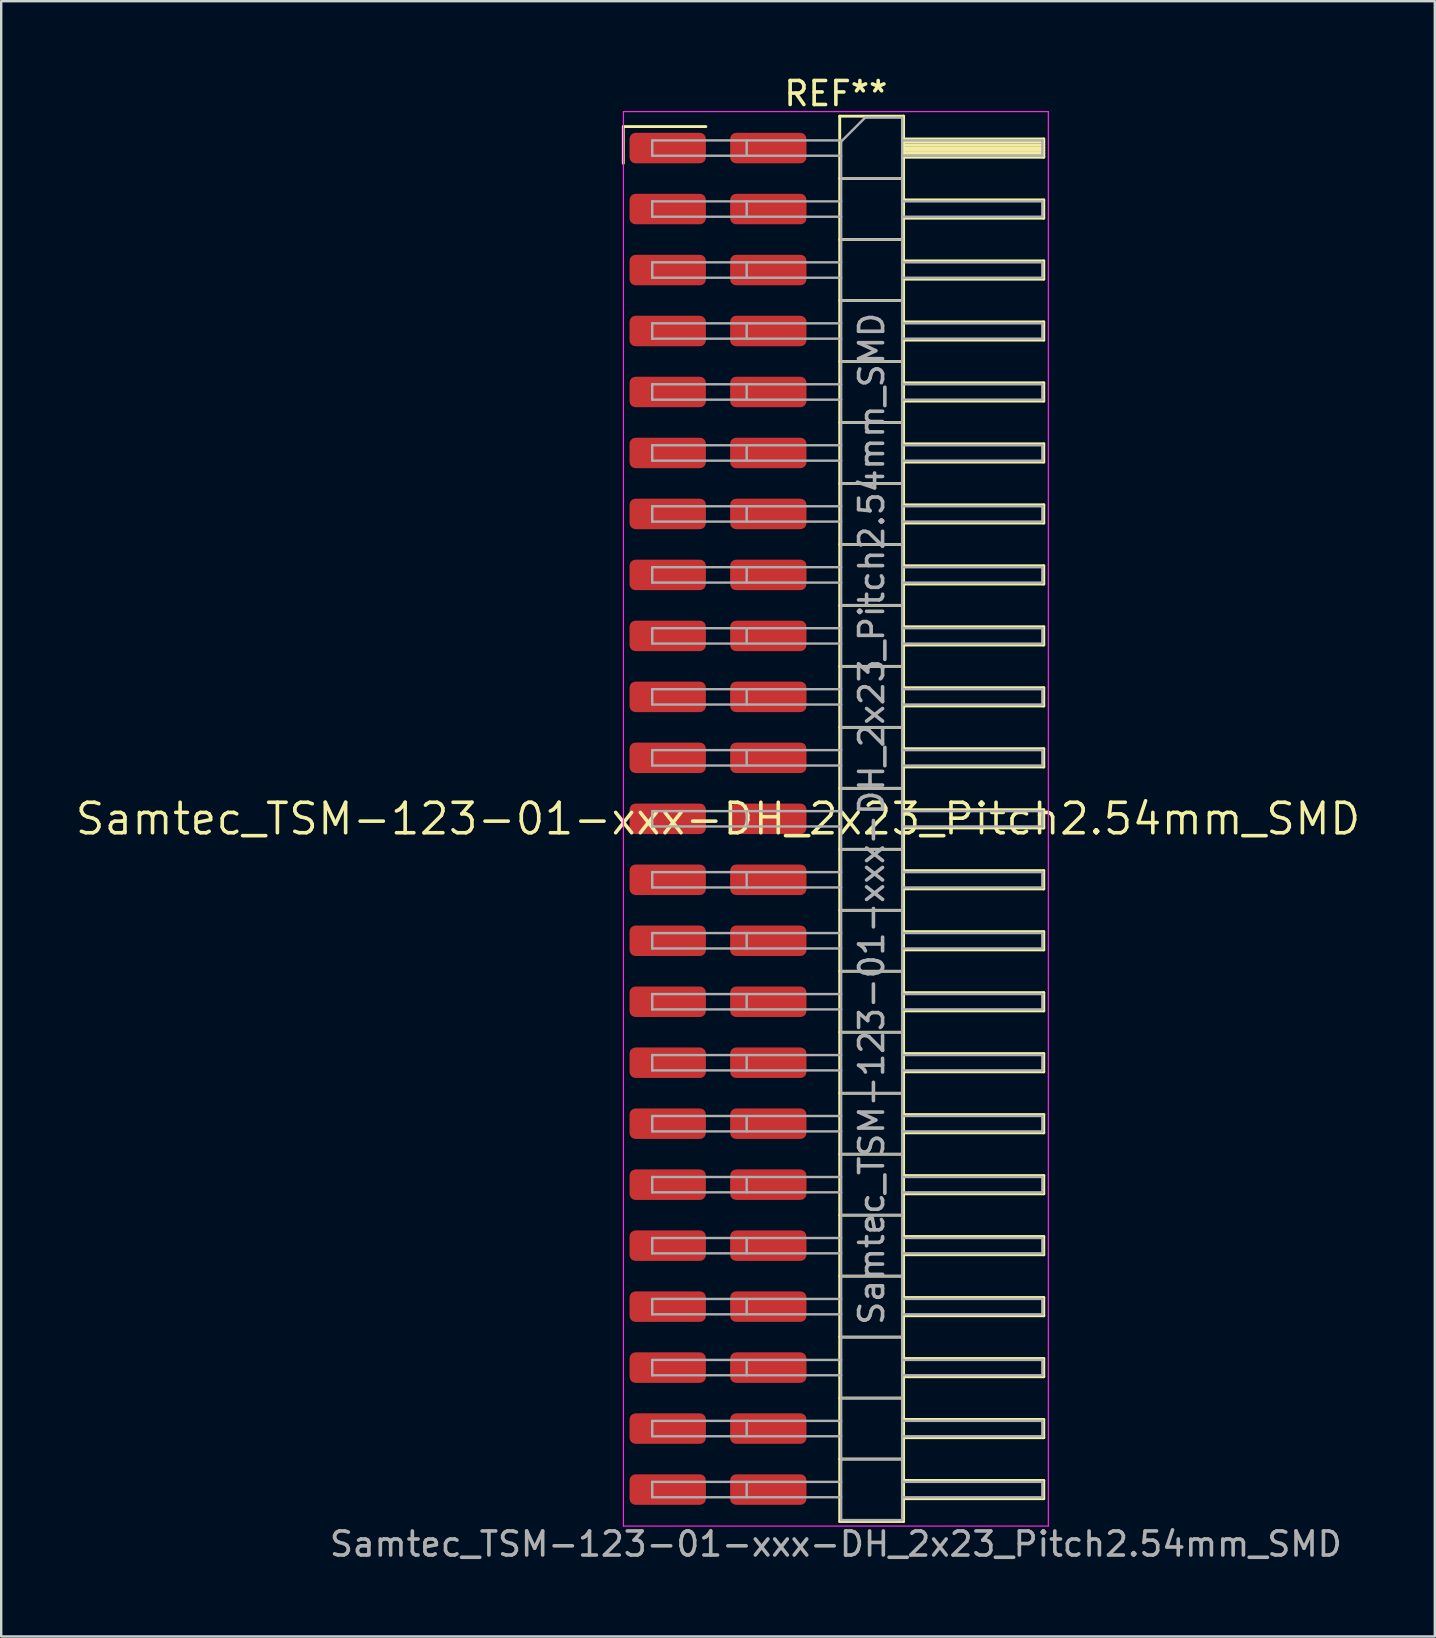
<source format=kicad_pcb>
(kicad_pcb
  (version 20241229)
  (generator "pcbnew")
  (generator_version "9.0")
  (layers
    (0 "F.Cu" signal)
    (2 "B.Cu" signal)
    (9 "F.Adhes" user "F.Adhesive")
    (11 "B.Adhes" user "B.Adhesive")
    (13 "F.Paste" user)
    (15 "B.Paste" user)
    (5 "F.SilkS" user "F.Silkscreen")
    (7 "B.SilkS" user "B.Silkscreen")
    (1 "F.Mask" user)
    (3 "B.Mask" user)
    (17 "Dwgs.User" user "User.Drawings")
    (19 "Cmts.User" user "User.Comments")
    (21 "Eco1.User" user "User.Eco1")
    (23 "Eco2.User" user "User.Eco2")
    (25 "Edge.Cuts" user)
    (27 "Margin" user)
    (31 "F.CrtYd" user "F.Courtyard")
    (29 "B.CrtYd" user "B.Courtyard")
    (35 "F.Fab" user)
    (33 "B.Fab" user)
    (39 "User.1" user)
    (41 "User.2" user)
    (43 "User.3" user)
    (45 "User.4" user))
  (footprint "Samtec_TSM-123-01-xxx-DH_2x23_Pitch2.54mm_SMD"
    (layer "F.Cu")
    (at 26.859 31.058)
    (property "Reference" "Samtec_TSM-123-01-xxx-DH_2x23_Pitch2.54mm_SMD" (at 0 0 0) (layer "F.SilkS") (effects (font (size 1.27 1.27) (thickness 0.15))))
    (attr smd)
    (fp_line (start -3.945 -28.835) (end -0.505 -28.835) (stroke (width 0.12) (type solid)) (layer "F.SilkS"))
    (fp_line (start -3.945 -27.305) (end -3.945 -28.835) (stroke (width 0.12) (type solid)) (layer "F.SilkS"))
    (fp_line (start 5.07 -29.27) (end 7.73 -29.27) (stroke (width 0.12) (type solid)) (layer "F.SilkS"))
    (fp_line (start 5.07 -26.67) (end 7.73 -26.67) (stroke (width 0.12) (type solid)) (layer "F.SilkS"))
    (fp_line (start 5.07 -24.13) (end 7.73 -24.13) (stroke (width 0.12) (type solid)) (layer "F.SilkS"))
    (fp_line (start 5.07 -21.59) (end 7.73 -21.59) (stroke (width 0.12) (type solid)) (layer "F.SilkS"))
    (fp_line (start 5.07 -19.05) (end 7.73 -19.05) (stroke (width 0.12) (type solid)) (layer "F.SilkS"))
    (fp_line (start 5.07 -16.51) (end 7.73 -16.51) (stroke (width 0.12) (type solid)) (layer "F.SilkS"))
    (fp_line (start 5.07 -13.97) (end 7.73 -13.97) (stroke (width 0.12) (type solid)) (layer "F.SilkS"))
    (fp_line (start 5.07 -11.43) (end 7.73 -11.43) (stroke (width 0.12) (type solid)) (layer "F.SilkS"))
    (fp_line (start 5.07 -8.89) (end 7.73 -8.89) (stroke (width 0.12) (type solid)) (layer "F.SilkS"))
    (fp_line (start 5.07 -6.35) (end 7.73 -6.35) (stroke (width 0.12) (type solid)) (layer "F.SilkS"))
    (fp_line (start 5.07 -3.81) (end 7.73 -3.81) (stroke (width 0.12) (type solid)) (layer "F.SilkS"))
    (fp_line (start 5.07 -1.27) (end 7.73 -1.27) (stroke (width 0.12) (type solid)) (layer "F.SilkS"))
    (fp_line (start 5.07 1.27) (end 7.73 1.27) (stroke (width 0.12) (type solid)) (layer "F.SilkS"))
    (fp_line (start 5.07 3.81) (end 7.73 3.81) (stroke (width 0.12) (type solid)) (layer "F.SilkS"))
    (fp_line (start 5.07 6.35) (end 7.73 6.35) (stroke (width 0.12) (type solid)) (layer "F.SilkS"))
    (fp_line (start 5.07 8.89) (end 7.73 8.89) (stroke (width 0.12) (type solid)) (layer "F.SilkS"))
    (fp_line (start 5.07 11.43) (end 7.73 11.43) (stroke (width 0.12) (type solid)) (layer "F.SilkS"))
    (fp_line (start 5.07 13.97) (end 7.73 13.97) (stroke (width 0.12) (type solid)) (layer "F.SilkS"))
    (fp_line (start 5.07 16.51) (end 7.73 16.51) (stroke (width 0.12) (type solid)) (layer "F.SilkS"))
    (fp_line (start 5.07 19.05) (end 7.73 19.05) (stroke (width 0.12) (type solid)) (layer "F.SilkS"))
    (fp_line (start 5.07 21.59) (end 7.73 21.59) (stroke (width 0.12) (type solid)) (layer "F.SilkS"))
    (fp_line (start 5.07 24.13) (end 7.73 24.13) (stroke (width 0.12) (type solid)) (layer "F.SilkS"))
    (fp_line (start 5.07 26.67) (end 7.73 26.67) (stroke (width 0.12) (type solid)) (layer "F.SilkS"))
    (fp_line (start 5.07 29.27) (end 5.07 -29.27) (stroke (width 0.12) (type solid)) (layer "F.SilkS"))
    (fp_line (start 7.73 -29.27) (end 7.73 29.27) (stroke (width 0.12) (type solid)) (layer "F.SilkS"))
    (fp_line (start 7.73 -28.32) (end 13.57 -28.32) (stroke (width 0.12) (type solid)) (layer "F.SilkS"))
    (fp_line (start 7.73 -28.2) (end 13.57 -28.2) (stroke (width 0.12) (type solid)) (layer "F.SilkS"))
    (fp_line (start 7.73 -28.08) (end 13.57 -28.08) (stroke (width 0.12) (type solid)) (layer "F.SilkS"))
    (fp_line (start 7.73 -27.96) (end 13.57 -27.96) (stroke (width 0.12) (type solid)) (layer "F.SilkS"))
    (fp_line (start 7.73 -27.84) (end 13.57 -27.84) (stroke (width 0.12) (type solid)) (layer "F.SilkS"))
    (fp_line (start 7.73 -27.72) (end 13.57 -27.72) (stroke (width 0.12) (type solid)) (layer "F.SilkS"))
    (fp_line (start 7.73 -27.6) (end 13.57 -27.6) (stroke (width 0.12) (type solid)) (layer "F.SilkS"))
    (fp_line (start 7.73 -27.56) (end 13.57 -27.56) (stroke (width 0.12) (type solid)) (layer "F.SilkS"))
    (fp_line (start 7.73 -25.78) (end 13.57 -25.78) (stroke (width 0.12) (type solid)) (layer "F.SilkS"))
    (fp_line (start 7.73 -25.02) (end 13.57 -25.02) (stroke (width 0.12) (type solid)) (layer "F.SilkS"))
    (fp_line (start 7.73 -23.24) (end 13.57 -23.24) (stroke (width 0.12) (type solid)) (layer "F.SilkS"))
    (fp_line (start 7.73 -22.48) (end 13.57 -22.48) (stroke (width 0.12) (type solid)) (layer "F.SilkS"))
    (fp_line (start 7.73 -20.7) (end 13.57 -20.7) (stroke (width 0.12) (type solid)) (layer "F.SilkS"))
    (fp_line (start 7.73 -19.94) (end 13.57 -19.94) (stroke (width 0.12) (type solid)) (layer "F.SilkS"))
    (fp_line (start 7.73 -18.16) (end 13.57 -18.16) (stroke (width 0.12) (type solid)) (layer "F.SilkS"))
    (fp_line (start 7.73 -17.4) (end 13.57 -17.4) (stroke (width 0.12) (type solid)) (layer "F.SilkS"))
    (fp_line (start 7.73 -15.62) (end 13.57 -15.62) (stroke (width 0.12) (type solid)) (layer "F.SilkS"))
    (fp_line (start 7.73 -14.86) (end 13.57 -14.86) (stroke (width 0.12) (type solid)) (layer "F.SilkS"))
    (fp_line (start 7.73 -13.08) (end 13.57 -13.08) (stroke (width 0.12) (type solid)) (layer "F.SilkS"))
    (fp_line (start 7.73 -12.32) (end 13.57 -12.32) (stroke (width 0.12) (type solid)) (layer "F.SilkS"))
    (fp_line (start 7.73 -10.54) (end 13.57 -10.54) (stroke (width 0.12) (type solid)) (layer "F.SilkS"))
    (fp_line (start 7.73 -9.78) (end 13.57 -9.78) (stroke (width 0.12) (type solid)) (layer "F.SilkS"))
    (fp_line (start 7.73 -8) (end 13.57 -8) (stroke (width 0.12) (type solid)) (layer "F.SilkS"))
    (fp_line (start 7.73 -7.24) (end 13.57 -7.24) (stroke (width 0.12) (type solid)) (layer "F.SilkS"))
    (fp_line (start 7.73 -5.46) (end 13.57 -5.46) (stroke (width 0.12) (type solid)) (layer "F.SilkS"))
    (fp_line (start 7.73 -4.7) (end 13.57 -4.7) (stroke (width 0.12) (type solid)) (layer "F.SilkS"))
    (fp_line (start 7.73 -2.92) (end 13.57 -2.92) (stroke (width 0.12) (type solid)) (layer "F.SilkS"))
    (fp_line (start 7.73 -2.16) (end 13.57 -2.16) (stroke (width 0.12) (type solid)) (layer "F.SilkS"))
    (fp_line (start 7.73 -0.38) (end 13.57 -0.38) (stroke (width 0.12) (type solid)) (layer "F.SilkS"))
    (fp_line (start 7.73 0.38) (end 13.57 0.38) (stroke (width 0.12) (type solid)) (layer "F.SilkS"))
    (fp_line (start 7.73 2.16) (end 13.57 2.16) (stroke (width 0.12) (type solid)) (layer "F.SilkS"))
    (fp_line (start 7.73 2.92) (end 13.57 2.92) (stroke (width 0.12) (type solid)) (layer "F.SilkS"))
    (fp_line (start 7.73 4.7) (end 13.57 4.7) (stroke (width 0.12) (type solid)) (layer "F.SilkS"))
    (fp_line (start 7.73 5.46) (end 13.57 5.46) (stroke (width 0.12) (type solid)) (layer "F.SilkS"))
    (fp_line (start 7.73 7.24) (end 13.57 7.24) (stroke (width 0.12) (type solid)) (layer "F.SilkS"))
    (fp_line (start 7.73 8) (end 13.57 8) (stroke (width 0.12) (type solid)) (layer "F.SilkS"))
    (fp_line (start 7.73 9.78) (end 13.57 9.78) (stroke (width 0.12) (type solid)) (layer "F.SilkS"))
    (fp_line (start 7.73 10.54) (end 13.57 10.54) (stroke (width 0.12) (type solid)) (layer "F.SilkS"))
    (fp_line (start 7.73 12.32) (end 13.57 12.32) (stroke (width 0.12) (type solid)) (layer "F.SilkS"))
    (fp_line (start 7.73 13.08) (end 13.57 13.08) (stroke (width 0.12) (type solid)) (layer "F.SilkS"))
    (fp_line (start 7.73 14.86) (end 13.57 14.86) (stroke (width 0.12) (type solid)) (layer "F.SilkS"))
    (fp_line (start 7.73 15.62) (end 13.57 15.62) (stroke (width 0.12) (type solid)) (layer "F.SilkS"))
    (fp_line (start 7.73 17.4) (end 13.57 17.4) (stroke (width 0.12) (type solid)) (layer "F.SilkS"))
    (fp_line (start 7.73 18.16) (end 13.57 18.16) (stroke (width 0.12) (type solid)) (layer "F.SilkS"))
    (fp_line (start 7.73 19.94) (end 13.57 19.94) (stroke (width 0.12) (type solid)) (layer "F.SilkS"))
    (fp_line (start 7.73 20.7) (end 13.57 20.7) (stroke (width 0.12) (type solid)) (layer "F.SilkS"))
    (fp_line (start 7.73 22.48) (end 13.57 22.48) (stroke (width 0.12) (type solid)) (layer "F.SilkS"))
    (fp_line (start 7.73 23.24) (end 13.57 23.24) (stroke (width 0.12) (type solid)) (layer "F.SilkS"))
    (fp_line (start 7.73 25.02) (end 13.57 25.02) (stroke (width 0.12) (type solid)) (layer "F.SilkS"))
    (fp_line (start 7.73 25.78) (end 13.57 25.78) (stroke (width 0.12) (type solid)) (layer "F.SilkS"))
    (fp_line (start 7.73 27.56) (end 13.57 27.56) (stroke (width 0.12) (type solid)) (layer "F.SilkS"))
    (fp_line (start 7.73 28.32) (end 13.57 28.32) (stroke (width 0.12) (type solid)) (layer "F.SilkS"))
    (fp_line (start 7.73 29.27) (end 5.07 29.27) (stroke (width 0.12) (type solid)) (layer "F.SilkS"))
    (fp_line (start 13.57 -28.32) (end 13.57 -27.56) (stroke (width 0.12) (type solid)) (layer "F.SilkS"))
    (fp_line (start 13.57 -25.78) (end 13.57 -25.02) (stroke (width 0.12) (type solid)) (layer "F.SilkS"))
    (fp_line (start 13.57 -23.24) (end 13.57 -22.48) (stroke (width 0.12) (type solid)) (layer "F.SilkS"))
    (fp_line (start 13.57 -20.7) (end 13.57 -19.94) (stroke (width 0.12) (type solid)) (layer "F.SilkS"))
    (fp_line (start 13.57 -18.16) (end 13.57 -17.4) (stroke (width 0.12) (type solid)) (layer "F.SilkS"))
    (fp_line (start 13.57 -15.62) (end 13.57 -14.86) (stroke (width 0.12) (type solid)) (layer "F.SilkS"))
    (fp_line (start 13.57 -13.08) (end 13.57 -12.32) (stroke (width 0.12) (type solid)) (layer "F.SilkS"))
    (fp_line (start 13.57 -10.54) (end 13.57 -9.78) (stroke (width 0.12) (type solid)) (layer "F.SilkS"))
    (fp_line (start 13.57 -8) (end 13.57 -7.24) (stroke (width 0.12) (type solid)) (layer "F.SilkS"))
    (fp_line (start 13.57 -5.46) (end 13.57 -4.7) (stroke (width 0.12) (type solid)) (layer "F.SilkS"))
    (fp_line (start 13.57 -2.92) (end 13.57 -2.16) (stroke (width 0.12) (type solid)) (layer "F.SilkS"))
    (fp_line (start 13.57 -0.38) (end 13.57 0.38) (stroke (width 0.12) (type solid)) (layer "F.SilkS"))
    (fp_line (start 13.57 2.16) (end 13.57 2.92) (stroke (width 0.12) (type solid)) (layer "F.SilkS"))
    (fp_line (start 13.57 4.7) (end 13.57 5.46) (stroke (width 0.12) (type solid)) (layer "F.SilkS"))
    (fp_line (start 13.57 7.24) (end 13.57 8) (stroke (width 0.12) (type solid)) (layer "F.SilkS"))
    (fp_line (start 13.57 9.78) (end 13.57 10.54) (stroke (width 0.12) (type solid)) (layer "F.SilkS"))
    (fp_line (start 13.57 12.32) (end 13.57 13.08) (stroke (width 0.12) (type solid)) (layer "F.SilkS"))
    (fp_line (start 13.57 14.86) (end 13.57 15.62) (stroke (width 0.12) (type solid)) (layer "F.SilkS"))
    (fp_line (start 13.57 17.4) (end 13.57 18.16) (stroke (width 0.12) (type solid)) (layer "F.SilkS"))
    (fp_line (start 13.57 19.94) (end 13.57 20.7) (stroke (width 0.12) (type solid)) (layer "F.SilkS"))
    (fp_line (start 13.57 22.48) (end 13.57 23.24) (stroke (width 0.12) (type solid)) (layer "F.SilkS"))
    (fp_line (start 13.57 25.02) (end 13.57 25.78) (stroke (width 0.12) (type solid)) (layer "F.SilkS"))
    (fp_line (start 13.57 27.56) (end 13.57 28.32) (stroke (width 0.12) (type solid)) (layer "F.SilkS"))
    (fp_line (start -3.94 -29.46) (end 13.76 -29.46) (stroke (width 0.05) (type solid)) (layer "F.CrtYd"))
    (fp_line (start -3.94 29.46) (end -3.94 -29.46) (stroke (width 0.05) (type solid)) (layer "F.CrtYd"))
    (fp_line (start 13.76 -29.46) (end 13.76 29.46) (stroke (width 0.05) (type solid)) (layer "F.CrtYd"))
    (fp_line (start 13.76 29.46) (end -3.94 29.46) (stroke (width 0.05) (type solid)) (layer "F.CrtYd"))
    (fp_line (start -2.74 -28.26) (end -2.74 -27.62) (stroke (width 0.1) (type solid)) (layer "F.Fab"))
    (fp_line (start -2.74 -28.26) (end 5.13 -28.26) (stroke (width 0.1) (type solid)) (layer "F.Fab"))
    (fp_line (start -2.74 -27.62) (end 5.13 -27.62) (stroke (width 0.1) (type solid)) (layer "F.Fab"))
    (fp_line (start -2.74 -25.72) (end -2.74 -25.08) (stroke (width 0.1) (type solid)) (layer "F.Fab"))
    (fp_line (start -2.74 -25.72) (end 5.13 -25.72) (stroke (width 0.1) (type solid)) (layer "F.Fab"))
    (fp_line (start -2.74 -25.08) (end 5.13 -25.08) (stroke (width 0.1) (type solid)) (layer "F.Fab"))
    (fp_line (start -2.74 -23.18) (end -2.74 -22.54) (stroke (width 0.1) (type solid)) (layer "F.Fab"))
    (fp_line (start -2.74 -23.18) (end 5.13 -23.18) (stroke (width 0.1) (type solid)) (layer "F.Fab"))
    (fp_line (start -2.74 -22.54) (end 5.13 -22.54) (stroke (width 0.1) (type solid)) (layer "F.Fab"))
    (fp_line (start -2.74 -20.64) (end -2.74 -20) (stroke (width 0.1) (type solid)) (layer "F.Fab"))
    (fp_line (start -2.74 -20.64) (end 5.13 -20.64) (stroke (width 0.1) (type solid)) (layer "F.Fab"))
    (fp_line (start -2.74 -20) (end 5.13 -20) (stroke (width 0.1) (type solid)) (layer "F.Fab"))
    (fp_line (start -2.74 -18.1) (end -2.74 -17.46) (stroke (width 0.1) (type solid)) (layer "F.Fab"))
    (fp_line (start -2.74 -18.1) (end 5.13 -18.1) (stroke (width 0.1) (type solid)) (layer "F.Fab"))
    (fp_line (start -2.74 -17.46) (end 5.13 -17.46) (stroke (width 0.1) (type solid)) (layer "F.Fab"))
    (fp_line (start -2.74 -15.56) (end -2.74 -14.92) (stroke (width 0.1) (type solid)) (layer "F.Fab"))
    (fp_line (start -2.74 -15.56) (end 5.13 -15.56) (stroke (width 0.1) (type solid)) (layer "F.Fab"))
    (fp_line (start -2.74 -14.92) (end 5.13 -14.92) (stroke (width 0.1) (type solid)) (layer "F.Fab"))
    (fp_line (start -2.74 -13.02) (end -2.74 -12.38) (stroke (width 0.1) (type solid)) (layer "F.Fab"))
    (fp_line (start -2.74 -13.02) (end 5.13 -13.02) (stroke (width 0.1) (type solid)) (layer "F.Fab"))
    (fp_line (start -2.74 -12.38) (end 5.13 -12.38) (stroke (width 0.1) (type solid)) (layer "F.Fab"))
    (fp_line (start -2.74 -10.48) (end -2.74 -9.84) (stroke (width 0.1) (type solid)) (layer "F.Fab"))
    (fp_line (start -2.74 -10.48) (end 5.13 -10.48) (stroke (width 0.1) (type solid)) (layer "F.Fab"))
    (fp_line (start -2.74 -9.84) (end 5.13 -9.84) (stroke (width 0.1) (type solid)) (layer "F.Fab"))
    (fp_line (start -2.74 -7.94) (end -2.74 -7.3) (stroke (width 0.1) (type solid)) (layer "F.Fab"))
    (fp_line (start -2.74 -7.94) (end 5.13 -7.94) (stroke (width 0.1) (type solid)) (layer "F.Fab"))
    (fp_line (start -2.74 -7.3) (end 5.13 -7.3) (stroke (width 0.1) (type solid)) (layer "F.Fab"))
    (fp_line (start -2.74 -5.4) (end -2.74 -4.76) (stroke (width 0.1) (type solid)) (layer "F.Fab"))
    (fp_line (start -2.74 -5.4) (end 5.13 -5.4) (stroke (width 0.1) (type solid)) (layer "F.Fab"))
    (fp_line (start -2.74 -4.76) (end 5.13 -4.76) (stroke (width 0.1) (type solid)) (layer "F.Fab"))
    (fp_line (start -2.74 -2.86) (end -2.74 -2.22) (stroke (width 0.1) (type solid)) (layer "F.Fab"))
    (fp_line (start -2.74 -2.86) (end 5.13 -2.86) (stroke (width 0.1) (type solid)) (layer "F.Fab"))
    (fp_line (start -2.74 -2.22) (end 5.13 -2.22) (stroke (width 0.1) (type solid)) (layer "F.Fab"))
    (fp_line (start -2.74 -0.32) (end -2.74 0.32) (stroke (width 0.1) (type solid)) (layer "F.Fab"))
    (fp_line (start -2.74 -0.32) (end 5.13 -0.32) (stroke (width 0.1) (type solid)) (layer "F.Fab"))
    (fp_line (start -2.74 0.32) (end 5.13 0.32) (stroke (width 0.1) (type solid)) (layer "F.Fab"))
    (fp_line (start -2.74 2.22) (end -2.74 2.86) (stroke (width 0.1) (type solid)) (layer "F.Fab"))
    (fp_line (start -2.74 2.22) (end 5.13 2.22) (stroke (width 0.1) (type solid)) (layer "F.Fab"))
    (fp_line (start -2.74 2.86) (end 5.13 2.86) (stroke (width 0.1) (type solid)) (layer "F.Fab"))
    (fp_line (start -2.74 4.76) (end -2.74 5.4) (stroke (width 0.1) (type solid)) (layer "F.Fab"))
    (fp_line (start -2.74 4.76) (end 5.13 4.76) (stroke (width 0.1) (type solid)) (layer "F.Fab"))
    (fp_line (start -2.74 5.4) (end 5.13 5.4) (stroke (width 0.1) (type solid)) (layer "F.Fab"))
    (fp_line (start -2.74 7.3) (end -2.74 7.94) (stroke (width 0.1) (type solid)) (layer "F.Fab"))
    (fp_line (start -2.74 7.3) (end 5.13 7.3) (stroke (width 0.1) (type solid)) (layer "F.Fab"))
    (fp_line (start -2.74 7.94) (end 5.13 7.94) (stroke (width 0.1) (type solid)) (layer "F.Fab"))
    (fp_line (start -2.74 9.84) (end -2.74 10.48) (stroke (width 0.1) (type solid)) (layer "F.Fab"))
    (fp_line (start -2.74 9.84) (end 5.13 9.84) (stroke (width 0.1) (type solid)) (layer "F.Fab"))
    (fp_line (start -2.74 10.48) (end 5.13 10.48) (stroke (width 0.1) (type solid)) (layer "F.Fab"))
    (fp_line (start -2.74 12.38) (end -2.74 13.02) (stroke (width 0.1) (type solid)) (layer "F.Fab"))
    (fp_line (start -2.74 12.38) (end 5.13 12.38) (stroke (width 0.1) (type solid)) (layer "F.Fab"))
    (fp_line (start -2.74 13.02) (end 5.13 13.02) (stroke (width 0.1) (type solid)) (layer "F.Fab"))
    (fp_line (start -2.74 14.92) (end -2.74 15.56) (stroke (width 0.1) (type solid)) (layer "F.Fab"))
    (fp_line (start -2.74 14.92) (end 5.13 14.92) (stroke (width 0.1) (type solid)) (layer "F.Fab"))
    (fp_line (start -2.74 15.56) (end 5.13 15.56) (stroke (width 0.1) (type solid)) (layer "F.Fab"))
    (fp_line (start -2.74 17.46) (end -2.74 18.1) (stroke (width 0.1) (type solid)) (layer "F.Fab"))
    (fp_line (start -2.74 17.46) (end 5.13 17.46) (stroke (width 0.1) (type solid)) (layer "F.Fab"))
    (fp_line (start -2.74 18.1) (end 5.13 18.1) (stroke (width 0.1) (type solid)) (layer "F.Fab"))
    (fp_line (start -2.74 20) (end -2.74 20.64) (stroke (width 0.1) (type solid)) (layer "F.Fab"))
    (fp_line (start -2.74 20) (end 5.13 20) (stroke (width 0.1) (type solid)) (layer "F.Fab"))
    (fp_line (start -2.74 20.64) (end 5.13 20.64) (stroke (width 0.1) (type solid)) (layer "F.Fab"))
    (fp_line (start -2.74 22.54) (end -2.74 23.18) (stroke (width 0.1) (type solid)) (layer "F.Fab"))
    (fp_line (start -2.74 22.54) (end 5.13 22.54) (stroke (width 0.1) (type solid)) (layer "F.Fab"))
    (fp_line (start -2.74 23.18) (end 5.13 23.18) (stroke (width 0.1) (type solid)) (layer "F.Fab"))
    (fp_line (start -2.74 25.08) (end -2.74 25.72) (stroke (width 0.1) (type solid)) (layer "F.Fab"))
    (fp_line (start -2.74 25.08) (end 5.13 25.08) (stroke (width 0.1) (type solid)) (layer "F.Fab"))
    (fp_line (start -2.74 25.72) (end 5.13 25.72) (stroke (width 0.1) (type solid)) (layer "F.Fab"))
    (fp_line (start -2.74 27.62) (end -2.74 28.26) (stroke (width 0.1) (type solid)) (layer "F.Fab"))
    (fp_line (start -2.74 27.62) (end 5.13 27.62) (stroke (width 0.1) (type solid)) (layer "F.Fab"))
    (fp_line (start -2.74 28.26) (end 5.13 28.26) (stroke (width 0.1) (type solid)) (layer "F.Fab"))
    (fp_line (start 1.195 -28.26) (end 1.195 -27.62) (stroke (width 0.1) (type solid)) (layer "F.Fab"))
    (fp_line (start 1.195 -25.72) (end 1.195 -25.08) (stroke (width 0.1) (type solid)) (layer "F.Fab"))
    (fp_line (start 1.195 -23.18) (end 1.195 -22.54) (stroke (width 0.1) (type solid)) (layer "F.Fab"))
    (fp_line (start 1.195 -20.64) (end 1.195 -20) (stroke (width 0.1) (type solid)) (layer "F.Fab"))
    (fp_line (start 1.195 -18.1) (end 1.195 -17.46) (stroke (width 0.1) (type solid)) (layer "F.Fab"))
    (fp_line (start 1.195 -15.56) (end 1.195 -14.92) (stroke (width 0.1) (type solid)) (layer "F.Fab"))
    (fp_line (start 1.195 -13.02) (end 1.195 -12.38) (stroke (width 0.1) (type solid)) (layer "F.Fab"))
    (fp_line (start 1.195 -10.48) (end 1.195 -9.84) (stroke (width 0.1) (type solid)) (layer "F.Fab"))
    (fp_line (start 1.195 -7.94) (end 1.195 -7.3) (stroke (width 0.1) (type solid)) (layer "F.Fab"))
    (fp_line (start 1.195 -5.4) (end 1.195 -4.76) (stroke (width 0.1) (type solid)) (layer "F.Fab"))
    (fp_line (start 1.195 -2.86) (end 1.195 -2.22) (stroke (width 0.1) (type solid)) (layer "F.Fab"))
    (fp_line (start 1.195 -0.32) (end 1.195 0.32) (stroke (width 0.1) (type solid)) (layer "F.Fab"))
    (fp_line (start 1.195 2.22) (end 1.195 2.86) (stroke (width 0.1) (type solid)) (layer "F.Fab"))
    (fp_line (start 1.195 4.76) (end 1.195 5.4) (stroke (width 0.1) (type solid)) (layer "F.Fab"))
    (fp_line (start 1.195 7.3) (end 1.195 7.94) (stroke (width 0.1) (type solid)) (layer "F.Fab"))
    (fp_line (start 1.195 9.84) (end 1.195 10.48) (stroke (width 0.1) (type solid)) (layer "F.Fab"))
    (fp_line (start 1.195 12.38) (end 1.195 13.02) (stroke (width 0.1) (type solid)) (layer "F.Fab"))
    (fp_line (start 1.195 14.92) (end 1.195 15.56) (stroke (width 0.1) (type solid)) (layer "F.Fab"))
    (fp_line (start 1.195 17.46) (end 1.195 18.1) (stroke (width 0.1) (type solid)) (layer "F.Fab"))
    (fp_line (start 1.195 20) (end 1.195 20.64) (stroke (width 0.1) (type solid)) (layer "F.Fab"))
    (fp_line (start 1.195 22.54) (end 1.195 23.18) (stroke (width 0.1) (type solid)) (layer "F.Fab"))
    (fp_line (start 1.195 25.08) (end 1.195 25.72) (stroke (width 0.1) (type solid)) (layer "F.Fab"))
    (fp_line (start 1.195 27.62) (end 1.195 28.26) (stroke (width 0.1) (type solid)) (layer "F.Fab"))
    (fp_line (start 5.13 -28.21) (end 6.13 -29.21) (stroke (width 0.1) (type solid)) (layer "F.Fab"))
    (fp_line (start 5.13 -26.67) (end 7.67 -26.67) (stroke (width 0.1) (type solid)) (layer "F.Fab"))
    (fp_line (start 5.13 -24.13) (end 7.67 -24.13) (stroke (width 0.1) (type solid)) (layer "F.Fab"))
    (fp_line (start 5.13 -21.59) (end 7.67 -21.59) (stroke (width 0.1) (type solid)) (layer "F.Fab"))
    (fp_line (start 5.13 -19.05) (end 7.67 -19.05) (stroke (width 0.1) (type solid)) (layer "F.Fab"))
    (fp_line (start 5.13 -16.51) (end 7.67 -16.51) (stroke (width 0.1) (type solid)) (layer "F.Fab"))
    (fp_line (start 5.13 -13.97) (end 7.67 -13.97) (stroke (width 0.1) (type solid)) (layer "F.Fab"))
    (fp_line (start 5.13 -11.43) (end 7.67 -11.43) (stroke (width 0.1) (type solid)) (layer "F.Fab"))
    (fp_line (start 5.13 -8.89) (end 7.67 -8.89) (stroke (width 0.1) (type solid)) (layer "F.Fab"))
    (fp_line (start 5.13 -6.35) (end 7.67 -6.35) (stroke (width 0.1) (type solid)) (layer "F.Fab"))
    (fp_line (start 5.13 -3.81) (end 7.67 -3.81) (stroke (width 0.1) (type solid)) (layer "F.Fab"))
    (fp_line (start 5.13 -1.27) (end 7.67 -1.27) (stroke (width 0.1) (type solid)) (layer "F.Fab"))
    (fp_line (start 5.13 1.27) (end 7.67 1.27) (stroke (width 0.1) (type solid)) (layer "F.Fab"))
    (fp_line (start 5.13 3.81) (end 7.67 3.81) (stroke (width 0.1) (type solid)) (layer "F.Fab"))
    (fp_line (start 5.13 6.35) (end 7.67 6.35) (stroke (width 0.1) (type solid)) (layer "F.Fab"))
    (fp_line (start 5.13 8.89) (end 7.67 8.89) (stroke (width 0.1) (type solid)) (layer "F.Fab"))
    (fp_line (start 5.13 11.43) (end 7.67 11.43) (stroke (width 0.1) (type solid)) (layer "F.Fab"))
    (fp_line (start 5.13 13.97) (end 7.67 13.97) (stroke (width 0.1) (type solid)) (layer "F.Fab"))
    (fp_line (start 5.13 16.51) (end 7.67 16.51) (stroke (width 0.1) (type solid)) (layer "F.Fab"))
    (fp_line (start 5.13 19.05) (end 7.67 19.05) (stroke (width 0.1) (type solid)) (layer "F.Fab"))
    (fp_line (start 5.13 21.59) (end 7.67 21.59) (stroke (width 0.1) (type solid)) (layer "F.Fab"))
    (fp_line (start 5.13 24.13) (end 7.67 24.13) (stroke (width 0.1) (type solid)) (layer "F.Fab"))
    (fp_line (start 5.13 26.67) (end 7.67 26.67) (stroke (width 0.1) (type solid)) (layer "F.Fab"))
    (fp_line (start 5.13 29.21) (end 5.13 -28.21) (stroke (width 0.1) (type solid)) (layer "F.Fab"))
    (fp_line (start 6.13 -29.21) (end 7.67 -29.21) (stroke (width 0.1) (type solid)) (layer "F.Fab"))
    (fp_line (start 7.67 -29.21) (end 7.67 29.21) (stroke (width 0.1) (type solid)) (layer "F.Fab"))
    (fp_line (start 7.67 -28.26) (end 13.51 -28.26) (stroke (width 0.1) (type solid)) (layer "F.Fab"))
    (fp_line (start 7.67 -27.62) (end 13.51 -27.62) (stroke (width 0.1) (type solid)) (layer "F.Fab"))
    (fp_line (start 7.67 -25.72) (end 13.51 -25.72) (stroke (width 0.1) (type solid)) (layer "F.Fab"))
    (fp_line (start 7.67 -25.08) (end 13.51 -25.08) (stroke (width 0.1) (type solid)) (layer "F.Fab"))
    (fp_line (start 7.67 -23.18) (end 13.51 -23.18) (stroke (width 0.1) (type solid)) (layer "F.Fab"))
    (fp_line (start 7.67 -22.54) (end 13.51 -22.54) (stroke (width 0.1) (type solid)) (layer "F.Fab"))
    (fp_line (start 7.67 -20.64) (end 13.51 -20.64) (stroke (width 0.1) (type solid)) (layer "F.Fab"))
    (fp_line (start 7.67 -20) (end 13.51 -20) (stroke (width 0.1) (type solid)) (layer "F.Fab"))
    (fp_line (start 7.67 -18.1) (end 13.51 -18.1) (stroke (width 0.1) (type solid)) (layer "F.Fab"))
    (fp_line (start 7.67 -17.46) (end 13.51 -17.46) (stroke (width 0.1) (type solid)) (layer "F.Fab"))
    (fp_line (start 7.67 -15.56) (end 13.51 -15.56) (stroke (width 0.1) (type solid)) (layer "F.Fab"))
    (fp_line (start 7.67 -14.92) (end 13.51 -14.92) (stroke (width 0.1) (type solid)) (layer "F.Fab"))
    (fp_line (start 7.67 -13.02) (end 13.51 -13.02) (stroke (width 0.1) (type solid)) (layer "F.Fab"))
    (fp_line (start 7.67 -12.38) (end 13.51 -12.38) (stroke (width 0.1) (type solid)) (layer "F.Fab"))
    (fp_line (start 7.67 -10.48) (end 13.51 -10.48) (stroke (width 0.1) (type solid)) (layer "F.Fab"))
    (fp_line (start 7.67 -9.84) (end 13.51 -9.84) (stroke (width 0.1) (type solid)) (layer "F.Fab"))
    (fp_line (start 7.67 -7.94) (end 13.51 -7.94) (stroke (width 0.1) (type solid)) (layer "F.Fab"))
    (fp_line (start 7.67 -7.3) (end 13.51 -7.3) (stroke (width 0.1) (type solid)) (layer "F.Fab"))
    (fp_line (start 7.67 -5.4) (end 13.51 -5.4) (stroke (width 0.1) (type solid)) (layer "F.Fab"))
    (fp_line (start 7.67 -4.76) (end 13.51 -4.76) (stroke (width 0.1) (type solid)) (layer "F.Fab"))
    (fp_line (start 7.67 -2.86) (end 13.51 -2.86) (stroke (width 0.1) (type solid)) (layer "F.Fab"))
    (fp_line (start 7.67 -2.22) (end 13.51 -2.22) (stroke (width 0.1) (type solid)) (layer "F.Fab"))
    (fp_line (start 7.67 -0.32) (end 13.51 -0.32) (stroke (width 0.1) (type solid)) (layer "F.Fab"))
    (fp_line (start 7.67 0.32) (end 13.51 0.32) (stroke (width 0.1) (type solid)) (layer "F.Fab"))
    (fp_line (start 7.67 2.22) (end 13.51 2.22) (stroke (width 0.1) (type solid)) (layer "F.Fab"))
    (fp_line (start 7.67 2.86) (end 13.51 2.86) (stroke (width 0.1) (type solid)) (layer "F.Fab"))
    (fp_line (start 7.67 4.76) (end 13.51 4.76) (stroke (width 0.1) (type solid)) (layer "F.Fab"))
    (fp_line (start 7.67 5.4) (end 13.51 5.4) (stroke (width 0.1) (type solid)) (layer "F.Fab"))
    (fp_line (start 7.67 7.3) (end 13.51 7.3) (stroke (width 0.1) (type solid)) (layer "F.Fab"))
    (fp_line (start 7.67 7.94) (end 13.51 7.94) (stroke (width 0.1) (type solid)) (layer "F.Fab"))
    (fp_line (start 7.67 9.84) (end 13.51 9.84) (stroke (width 0.1) (type solid)) (layer "F.Fab"))
    (fp_line (start 7.67 10.48) (end 13.51 10.48) (stroke (width 0.1) (type solid)) (layer "F.Fab"))
    (fp_line (start 7.67 12.38) (end 13.51 12.38) (stroke (width 0.1) (type solid)) (layer "F.Fab"))
    (fp_line (start 7.67 13.02) (end 13.51 13.02) (stroke (width 0.1) (type solid)) (layer "F.Fab"))
    (fp_line (start 7.67 14.92) (end 13.51 14.92) (stroke (width 0.1) (type solid)) (layer "F.Fab"))
    (fp_line (start 7.67 15.56) (end 13.51 15.56) (stroke (width 0.1) (type solid)) (layer "F.Fab"))
    (fp_line (start 7.67 17.46) (end 13.51 17.46) (stroke (width 0.1) (type solid)) (layer "F.Fab"))
    (fp_line (start 7.67 18.1) (end 13.51 18.1) (stroke (width 0.1) (type solid)) (layer "F.Fab"))
    (fp_line (start 7.67 20) (end 13.51 20) (stroke (width 0.1) (type solid)) (layer "F.Fab"))
    (fp_line (start 7.67 20.64) (end 13.51 20.64) (stroke (width 0.1) (type solid)) (layer "F.Fab"))
    (fp_line (start 7.67 22.54) (end 13.51 22.54) (stroke (width 0.1) (type solid)) (layer "F.Fab"))
    (fp_line (start 7.67 23.18) (end 13.51 23.18) (stroke (width 0.1) (type solid)) (layer "F.Fab"))
    (fp_line (start 7.67 25.08) (end 13.51 25.08) (stroke (width 0.1) (type solid)) (layer "F.Fab"))
    (fp_line (start 7.67 25.72) (end 13.51 25.72) (stroke (width 0.1) (type solid)) (layer "F.Fab"))
    (fp_line (start 7.67 27.62) (end 13.51 27.62) (stroke (width 0.1) (type solid)) (layer "F.Fab"))
    (fp_line (start 7.67 28.26) (end 13.51 28.26) (stroke (width 0.1) (type solid)) (layer "F.Fab"))
    (fp_line (start 7.67 29.21) (end 5.13 29.21) (stroke (width 0.1) (type solid)) (layer "F.Fab"))
    (fp_line (start 13.51 -28.26) (end 13.51 -27.62) (stroke (width 0.1) (type solid)) (layer "F.Fab"))
    (fp_line (start 13.51 -25.72) (end 13.51 -25.08) (stroke (width 0.1) (type solid)) (layer "F.Fab"))
    (fp_line (start 13.51 -23.18) (end 13.51 -22.54) (stroke (width 0.1) (type solid)) (layer "F.Fab"))
    (fp_line (start 13.51 -20.64) (end 13.51 -20) (stroke (width 0.1) (type solid)) (layer "F.Fab"))
    (fp_line (start 13.51 -18.1) (end 13.51 -17.46) (stroke (width 0.1) (type solid)) (layer "F.Fab"))
    (fp_line (start 13.51 -15.56) (end 13.51 -14.92) (stroke (width 0.1) (type solid)) (layer "F.Fab"))
    (fp_line (start 13.51 -13.02) (end 13.51 -12.38) (stroke (width 0.1) (type solid)) (layer "F.Fab"))
    (fp_line (start 13.51 -10.48) (end 13.51 -9.84) (stroke (width 0.1) (type solid)) (layer "F.Fab"))
    (fp_line (start 13.51 -7.94) (end 13.51 -7.3) (stroke (width 0.1) (type solid)) (layer "F.Fab"))
    (fp_line (start 13.51 -5.4) (end 13.51 -4.76) (stroke (width 0.1) (type solid)) (layer "F.Fab"))
    (fp_line (start 13.51 -2.86) (end 13.51 -2.22) (stroke (width 0.1) (type solid)) (layer "F.Fab"))
    (fp_line (start 13.51 -0.32) (end 13.51 0.32) (stroke (width 0.1) (type solid)) (layer "F.Fab"))
    (fp_line (start 13.51 2.22) (end 13.51 2.86) (stroke (width 0.1) (type solid)) (layer "F.Fab"))
    (fp_line (start 13.51 4.76) (end 13.51 5.4) (stroke (width 0.1) (type solid)) (layer "F.Fab"))
    (fp_line (start 13.51 7.3) (end 13.51 7.94) (stroke (width 0.1) (type solid)) (layer "F.Fab"))
    (fp_line (start 13.51 9.84) (end 13.51 10.48) (stroke (width 0.1) (type solid)) (layer "F.Fab"))
    (fp_line (start 13.51 12.38) (end 13.51 13.02) (stroke (width 0.1) (type solid)) (layer "F.Fab"))
    (fp_line (start 13.51 14.92) (end 13.51 15.56) (stroke (width 0.1) (type solid)) (layer "F.Fab"))
    (fp_line (start 13.51 17.46) (end 13.51 18.1) (stroke (width 0.1) (type solid)) (layer "F.Fab"))
    (fp_line (start 13.51 20) (end 13.51 20.64) (stroke (width 0.1) (type solid)) (layer "F.Fab"))
    (fp_line (start 13.51 22.54) (end 13.51 23.18) (stroke (width 0.1) (type solid)) (layer "F.Fab"))
    (fp_line (start 13.51 25.08) (end 13.51 25.72) (stroke (width 0.1) (type solid)) (layer "F.Fab"))
    (fp_line (start 13.51 27.62) (end 13.51 28.26) (stroke (width 0.1) (type solid)) (layer "F.Fab"))
    (fp_text user "REF**" (at 4.91 -30.21 0) (layer "F.SilkS") (effects (font (size 1 1) (thickness 0.15))))
    (fp_text user "Samtec_TSM-123-01-xxx-DH_2x23_Pitch2.54mm_SMD" (at 4.91 30.21 0) (layer "F.Fab") (effects (font (size 1 1) (thickness 0.15))))
    (fp_text user "${REFERENCE}" (at 6.4 0 90) (layer "F.Fab") (effects (font (size 1 1) (thickness 0.15))))
    (pad "1" smd roundrect (at -2.095 -27.94) (size 3.18 1.27) (layers "F.Cu" "F.Mask" "F.Paste") (roundrect_rratio 0.197))
    (pad "2" smd roundrect (at 2.095 -27.94) (size 3.18 1.27) (layers "F.Cu" "F.Mask" "F.Paste") (roundrect_rratio 0.197))
    (pad "3" smd roundrect (at -2.095 -25.4) (size 3.18 1.27) (layers "F.Cu" "F.Mask" "F.Paste") (roundrect_rratio 0.197))
    (pad "4" smd roundrect (at 2.095 -25.4) (size 3.18 1.27) (layers "F.Cu" "F.Mask" "F.Paste") (roundrect_rratio 0.197))
    (pad "5" smd roundrect (at -2.095 -22.86) (size 3.18 1.27) (layers "F.Cu" "F.Mask" "F.Paste") (roundrect_rratio 0.197))
    (pad "6" smd roundrect (at 2.095 -22.86) (size 3.18 1.27) (layers "F.Cu" "F.Mask" "F.Paste") (roundrect_rratio 0.197))
    (pad "7" smd roundrect (at -2.095 -20.32) (size 3.18 1.27) (layers "F.Cu" "F.Mask" "F.Paste") (roundrect_rratio 0.197))
    (pad "8" smd roundrect (at 2.095 -20.32) (size 3.18 1.27) (layers "F.Cu" "F.Mask" "F.Paste") (roundrect_rratio 0.197))
    (pad "9" smd roundrect (at -2.095 -17.78) (size 3.18 1.27) (layers "F.Cu" "F.Mask" "F.Paste") (roundrect_rratio 0.197))
    (pad "10" smd roundrect (at 2.095 -17.78) (size 3.18 1.27) (layers "F.Cu" "F.Mask" "F.Paste") (roundrect_rratio 0.197))
    (pad "11" smd roundrect (at -2.095 -15.24) (size 3.18 1.27) (layers "F.Cu" "F.Mask" "F.Paste") (roundrect_rratio 0.197))
    (pad "12" smd roundrect (at 2.095 -15.24) (size 3.18 1.27) (layers "F.Cu" "F.Mask" "F.Paste") (roundrect_rratio 0.197))
    (pad "13" smd roundrect (at -2.095 -12.7) (size 3.18 1.27) (layers "F.Cu" "F.Mask" "F.Paste") (roundrect_rratio 0.197))
    (pad "14" smd roundrect (at 2.095 -12.7) (size 3.18 1.27) (layers "F.Cu" "F.Mask" "F.Paste") (roundrect_rratio 0.197))
    (pad "15" smd roundrect (at -2.095 -10.16) (size 3.18 1.27) (layers "F.Cu" "F.Mask" "F.Paste") (roundrect_rratio 0.197))
    (pad "16" smd roundrect (at 2.095 -10.16) (size 3.18 1.27) (layers "F.Cu" "F.Mask" "F.Paste") (roundrect_rratio 0.197))
    (pad "17" smd roundrect (at -2.095 -7.62) (size 3.18 1.27) (layers "F.Cu" "F.Mask" "F.Paste") (roundrect_rratio 0.197))
    (pad "18" smd roundrect (at 2.095 -7.62) (size 3.18 1.27) (layers "F.Cu" "F.Mask" "F.Paste") (roundrect_rratio 0.197))
    (pad "19" smd roundrect (at -2.095 -5.08) (size 3.18 1.27) (layers "F.Cu" "F.Mask" "F.Paste") (roundrect_rratio 0.197))
    (pad "20" smd roundrect (at 2.095 -5.08) (size 3.18 1.27) (layers "F.Cu" "F.Mask" "F.Paste") (roundrect_rratio 0.197))
    (pad "21" smd roundrect (at -2.095 -2.54) (size 3.18 1.27) (layers "F.Cu" "F.Mask" "F.Paste") (roundrect_rratio 0.197))
    (pad "22" smd roundrect (at 2.095 -2.54) (size 3.18 1.27) (layers "F.Cu" "F.Mask" "F.Paste") (roundrect_rratio 0.197))
    (pad "23" smd roundrect (at -2.095 0) (size 3.18 1.27) (layers "F.Cu" "F.Mask" "F.Paste") (roundrect_rratio 0.197))
    (pad "24" smd roundrect (at 2.095 0) (size 3.18 1.27) (layers "F.Cu" "F.Mask" "F.Paste") (roundrect_rratio 0.197))
    (pad "25" smd roundrect (at -2.095 2.54) (size 3.18 1.27) (layers "F.Cu" "F.Mask" "F.Paste") (roundrect_rratio 0.197))
    (pad "26" smd roundrect (at 2.095 2.54) (size 3.18 1.27) (layers "F.Cu" "F.Mask" "F.Paste") (roundrect_rratio 0.197))
    (pad "27" smd roundrect (at -2.095 5.08) (size 3.18 1.27) (layers "F.Cu" "F.Mask" "F.Paste") (roundrect_rratio 0.197))
    (pad "28" smd roundrect (at 2.095 5.08) (size 3.18 1.27) (layers "F.Cu" "F.Mask" "F.Paste") (roundrect_rratio 0.197))
    (pad "29" smd roundrect (at -2.095 7.62) (size 3.18 1.27) (layers "F.Cu" "F.Mask" "F.Paste") (roundrect_rratio 0.197))
    (pad "30" smd roundrect (at 2.095 7.62) (size 3.18 1.27) (layers "F.Cu" "F.Mask" "F.Paste") (roundrect_rratio 0.197))
    (pad "31" smd roundrect (at -2.095 10.16) (size 3.18 1.27) (layers "F.Cu" "F.Mask" "F.Paste") (roundrect_rratio 0.197))
    (pad "32" smd roundrect (at 2.095 10.16) (size 3.18 1.27) (layers "F.Cu" "F.Mask" "F.Paste") (roundrect_rratio 0.197))
    (pad "33" smd roundrect (at -2.095 12.7) (size 3.18 1.27) (layers "F.Cu" "F.Mask" "F.Paste") (roundrect_rratio 0.197))
    (pad "34" smd roundrect (at 2.095 12.7) (size 3.18 1.27) (layers "F.Cu" "F.Mask" "F.Paste") (roundrect_rratio 0.197))
    (pad "35" smd roundrect (at -2.095 15.24) (size 3.18 1.27) (layers "F.Cu" "F.Mask" "F.Paste") (roundrect_rratio 0.197))
    (pad "36" smd roundrect (at 2.095 15.24) (size 3.18 1.27) (layers "F.Cu" "F.Mask" "F.Paste") (roundrect_rratio 0.197))
    (pad "37" smd roundrect (at -2.095 17.78) (size 3.18 1.27) (layers "F.Cu" "F.Mask" "F.Paste") (roundrect_rratio 0.197))
    (pad "38" smd roundrect (at 2.095 17.78) (size 3.18 1.27) (layers "F.Cu" "F.Mask" "F.Paste") (roundrect_rratio 0.197))
    (pad "39" smd roundrect (at -2.095 20.32) (size 3.18 1.27) (layers "F.Cu" "F.Mask" "F.Paste") (roundrect_rratio 0.197))
    (pad "40" smd roundrect (at 2.095 20.32) (size 3.18 1.27) (layers "F.Cu" "F.Mask" "F.Paste") (roundrect_rratio 0.197))
    (pad "41" smd roundrect (at -2.095 22.86) (size 3.18 1.27) (layers "F.Cu" "F.Mask" "F.Paste") (roundrect_rratio 0.197))
    (pad "42" smd roundrect (at 2.095 22.86) (size 3.18 1.27) (layers "F.Cu" "F.Mask" "F.Paste") (roundrect_rratio 0.197))
    (pad "43" smd roundrect (at -2.095 25.4) (size 3.18 1.27) (layers "F.Cu" "F.Mask" "F.Paste") (roundrect_rratio 0.197))
    (pad "44" smd roundrect (at 2.095 25.4) (size 3.18 1.27) (layers "F.Cu" "F.Mask" "F.Paste") (roundrect_rratio 0.197))
    (pad "45" smd roundrect (at -2.095 27.94) (size 3.18 1.27) (layers "F.Cu" "F.Mask" "F.Paste") (roundrect_rratio 0.197))
    (pad "46" smd roundrect (at 2.095 27.94) (size 3.18 1.27) (layers "F.Cu" "F.Mask" "F.Paste") (roundrect_rratio 0.197)))
  (gr_rect
    (start -3 -3)
    (end 56.717 65.117)
    (stroke (width 0.1) (type default))
    (fill no)
    (layer "Edge.Cuts")))
</source>
